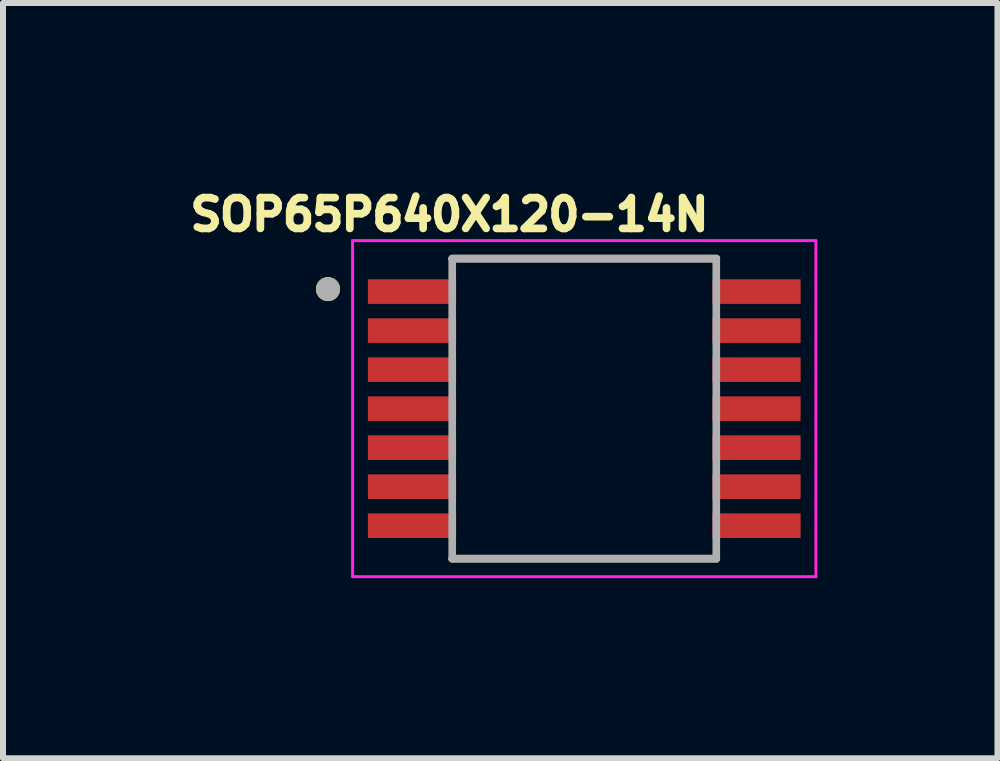
<source format=kicad_pcb>
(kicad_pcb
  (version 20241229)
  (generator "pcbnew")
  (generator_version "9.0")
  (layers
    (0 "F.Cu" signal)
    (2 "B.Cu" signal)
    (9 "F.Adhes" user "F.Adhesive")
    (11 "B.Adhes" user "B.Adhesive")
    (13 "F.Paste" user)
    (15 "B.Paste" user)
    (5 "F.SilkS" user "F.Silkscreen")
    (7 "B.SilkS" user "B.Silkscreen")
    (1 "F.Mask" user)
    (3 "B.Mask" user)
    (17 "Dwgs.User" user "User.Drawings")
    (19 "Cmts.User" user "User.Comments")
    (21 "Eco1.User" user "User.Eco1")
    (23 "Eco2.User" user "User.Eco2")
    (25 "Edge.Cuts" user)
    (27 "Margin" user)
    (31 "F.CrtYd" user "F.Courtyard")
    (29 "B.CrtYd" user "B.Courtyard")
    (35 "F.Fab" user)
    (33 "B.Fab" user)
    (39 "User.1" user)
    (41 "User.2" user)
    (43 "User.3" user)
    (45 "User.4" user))
  (footprint "SOP65P640X120-14N"
    (layer "F.Cu")
    (at 6.685 3.759)
    (property "Reference" "SOP65P640X120-14N" (at -2.245 -3.234 0) (layer "F.SilkS") (effects (font (size 0.513 0.513) (thickness 0.15))))
    (attr through_hole)
    (fp_line (start -2.2 -2.5) (end 2.2 -2.5) (stroke (width 0.127) (type solid)) (layer "F.SilkS"))
    (fp_line (start -2.2 2.5) (end 2.2 2.5) (stroke (width 0.127) (type solid)) (layer "F.SilkS"))
    (fp_circle (center -4.27 -1.992) (end -4.17 -1.992) (stroke (width 0.2) (type solid)) (fill no) (layer "F.SilkS"))
    (fp_line (start -3.86 -2.8) (end 3.86 -2.8) (stroke (width 0.05) (type solid)) (layer "F.CrtYd"))
    (fp_line (start -3.86 2.8) (end -3.86 -2.8) (stroke (width 0.05) (type solid)) (layer "F.CrtYd"))
    (fp_line (start 3.86 -2.8) (end 3.86 2.8) (stroke (width 0.05) (type solid)) (layer "F.CrtYd"))
    (fp_line (start 3.86 2.8) (end -3.86 2.8) (stroke (width 0.05) (type solid)) (layer "F.CrtYd"))
    (fp_line (start -2.2 -2.5) (end -2.2 2.5) (stroke (width 0.127) (type solid)) (layer "F.Fab"))
    (fp_line (start -2.2 2.5) (end 2.2 2.5) (stroke (width 0.127) (type solid)) (layer "F.Fab"))
    (fp_line (start 2.2 -2.5) (end -2.2 -2.5) (stroke (width 0.127) (type solid)) (layer "F.Fab"))
    (fp_line (start 2.2 2.5) (end 2.2 -2.5) (stroke (width 0.127) (type solid)) (layer "F.Fab"))
    (fp_circle (center -4.27 -1.992) (end -4.17 -1.992) (stroke (width 0.2) (type solid)) (fill no) (layer "F.Fab"))
    (pad "1" smd rect (at -2.87 -1.95 270) (size 0.41 1.47) (layers "F.Cu" "F.Mask" "F.Paste"))
    (pad "2" smd rect (at -2.87 -1.3 270) (size 0.41 1.47) (layers "F.Cu" "F.Mask" "F.Paste"))
    (pad "3" smd rect (at -2.87 -0.65 270) (size 0.41 1.47) (layers "F.Cu" "F.Mask" "F.Paste"))
    (pad "4" smd rect (at -2.87 0 270) (size 0.41 1.47) (layers "F.Cu" "F.Mask" "F.Paste"))
    (pad "5" smd rect (at -2.87 0.65 270) (size 0.41 1.47) (layers "F.Cu" "F.Mask" "F.Paste"))
    (pad "6" smd rect (at -2.87 1.3 270) (size 0.41 1.47) (layers "F.Cu" "F.Mask" "F.Paste"))
    (pad "7" smd rect (at -2.87 1.95 270) (size 0.41 1.47) (layers "F.Cu" "F.Mask" "F.Paste"))
    (pad "8" smd rect (at 2.87 1.95 90) (size 0.41 1.47) (layers "F.Cu" "F.Mask" "F.Paste"))
    (pad "9" smd rect (at 2.87 1.3 90) (size 0.41 1.47) (layers "F.Cu" "F.Mask" "F.Paste"))
    (pad "10" smd rect (at 2.87 0.65 90) (size 0.41 1.47) (layers "F.Cu" "F.Mask" "F.Paste"))
    (pad "11" smd rect (at 2.87 0 90) (size 0.41 1.47) (layers "F.Cu" "F.Mask" "F.Paste"))
    (pad "12" smd rect (at 2.87 -0.65 90) (size 0.41 1.47) (layers "F.Cu" "F.Mask" "F.Paste"))
    (pad "13" smd rect (at 2.87 -1.3 90) (size 0.41 1.47) (layers "F.Cu" "F.Mask" "F.Paste"))
    (pad "14" smd rect (at 2.87 -1.95 90) (size 0.41 1.47) (layers "F.Cu" "F.Mask" "F.Paste")))
  (gr_rect
    (start -3 -3)
    (end 13.57 9.584)
    (stroke (width 0.1) (type default))
    (fill no)
    (layer "Edge.Cuts")))
</source>
